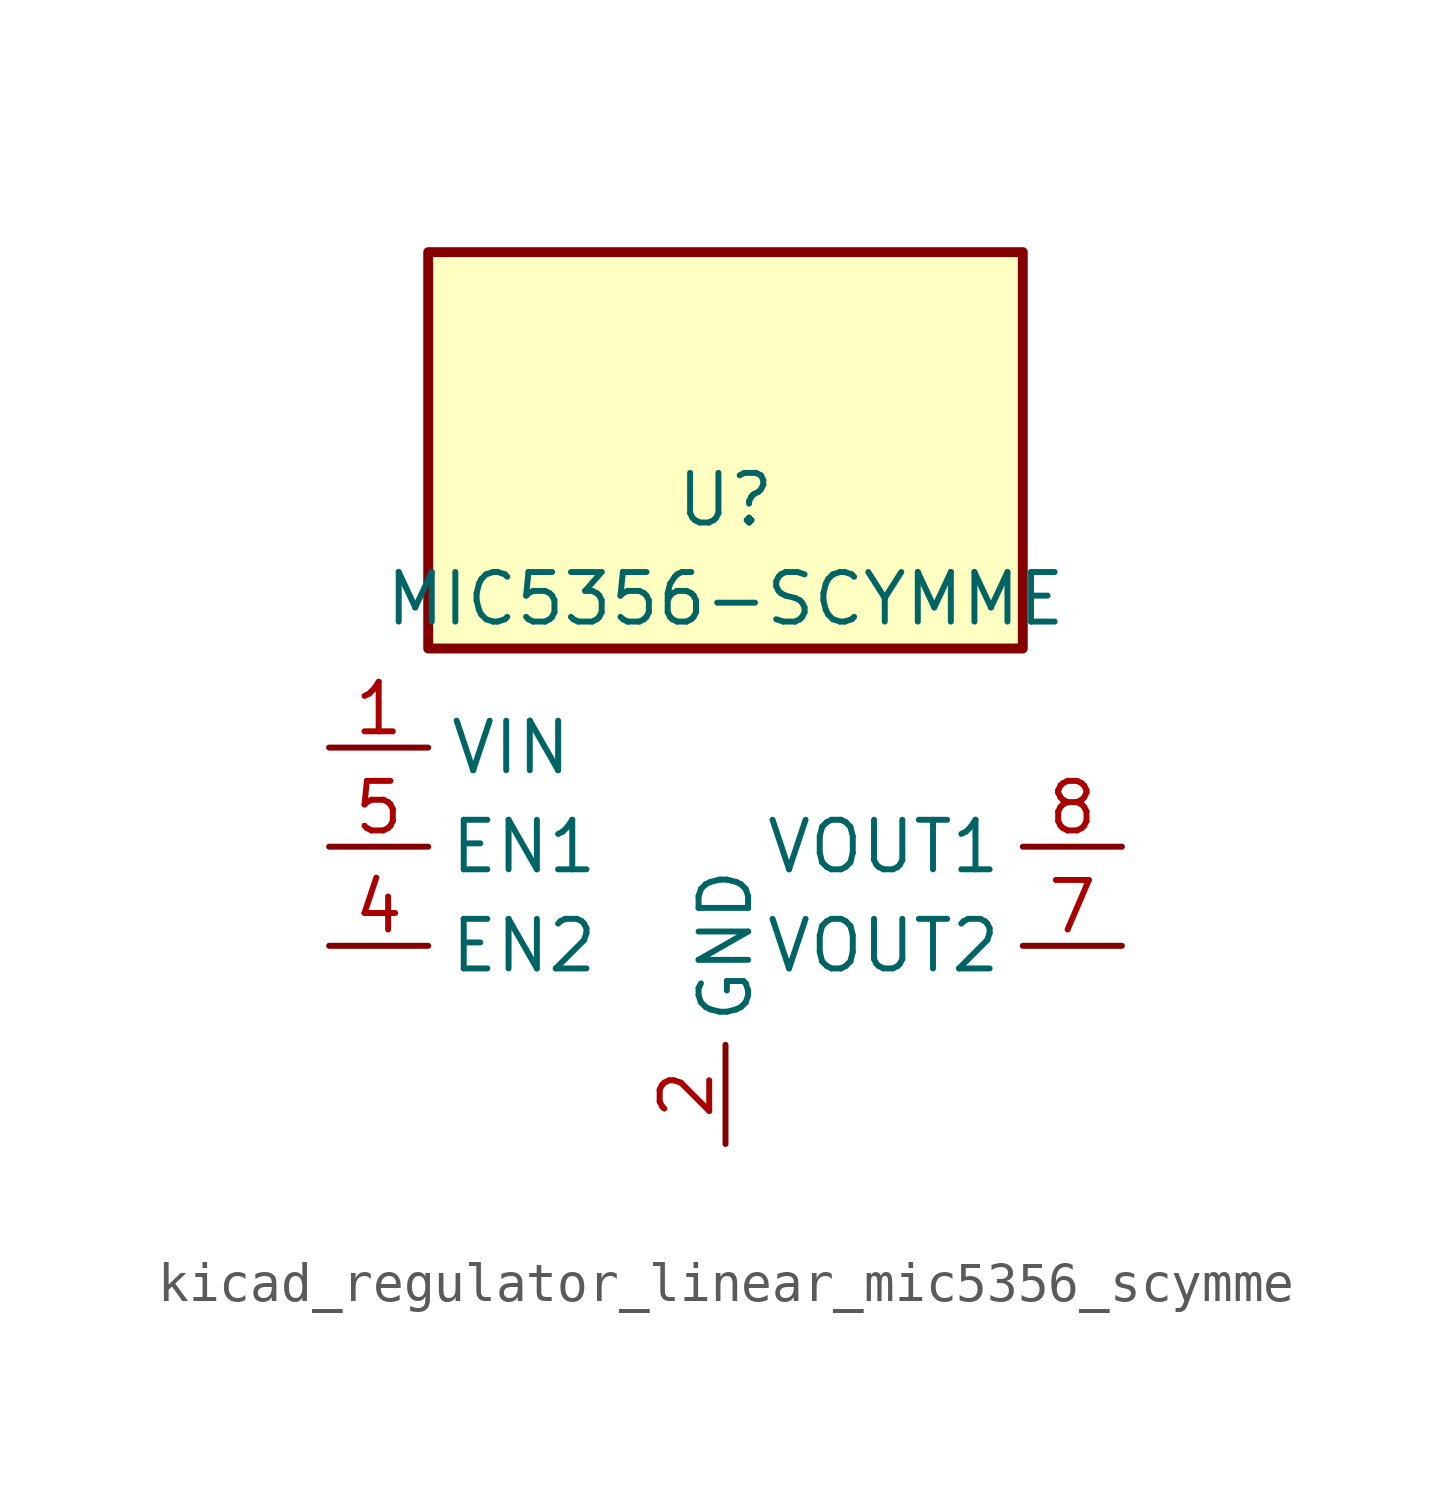
<source format=kicad_sym>
(kicad_symbol_lib
  (version 20220914)
  (generator kicad_symbol_editor)
  (symbol "kicad_regulator_linear_mic5356_scymme"
    (property "Reference" "U"
      (at 0 8.89 0)
      (effects (font (size 1.27 1.27))))
    (property "Value" "MIC5356-SCYMME"
      (at 0 6.35 0)
      (effects (font (size 1.27 1.27))))
    (symbol "kicad_regulator_linear_mic5356_scymme_0_1"
      (rectangle (start 7.62 15.24) (end -7.62 5.08) (stroke (width 0.254) (type default)) (fill (type background))))
    (symbol "kicad_regulator_linear_mic5356_scymme_1_1"
      (pin power_in line (at -10.16 2.54 0) (length 2.54) (name "VIN" (effects (font (size 1.27 1.27)))) (number "1" (effects (font (size 1.27 1.27)))))
      (pin power_in line (at 0 -7.62 90) (length 2.54) (name "GND" (effects (font (size 1.27 1.27)))) (number "2" (effects (font (size 1.27 1.27)))))
      (pin no_connect line (at 0 5.08 270) (length 2.54) hide (name "NC" (effects (font (size 1.27 1.27)))) (number "3" (effects (font (size 1.27 1.27)))))
      (pin input line (at -10.16 -2.54 0) (length 2.54) (name "EN2" (effects (font (size 1.27 1.27)))) (number "4" (effects (font (size 1.27 1.27)))))
      (pin input line (at -10.16 0 0) (length 2.54) (name "EN1" (effects (font (size 1.27 1.27)))) (number "5" (effects (font (size 1.27 1.27)))))
      (pin no_connect line (at 7.62 2.54 180) (length 2.54) hide (name "NC" (effects (font (size 1.27 1.27)))) (number "6" (effects (font (size 1.27 1.27)))))
      (pin power_out line (at 10.16 -2.54 180) (length 2.54) (name "VOUT2" (effects (font (size 1.27 1.27)))) (number "7" (effects (font (size 1.27 1.27)))))
      (pin power_out line (at 10.16 0 180) (length 2.54) (name "VOUT1" (effects (font (size 1.27 1.27)))) (number "8" (effects (font (size 1.27 1.27)))))
      (pin passive line (at 0 -7.62 90) (length 2.54) hide (name "GND" (effects (font (size 1.27 1.27)))) (number "9" (effects (font (size 1.27 1.27))))))))
</source>
